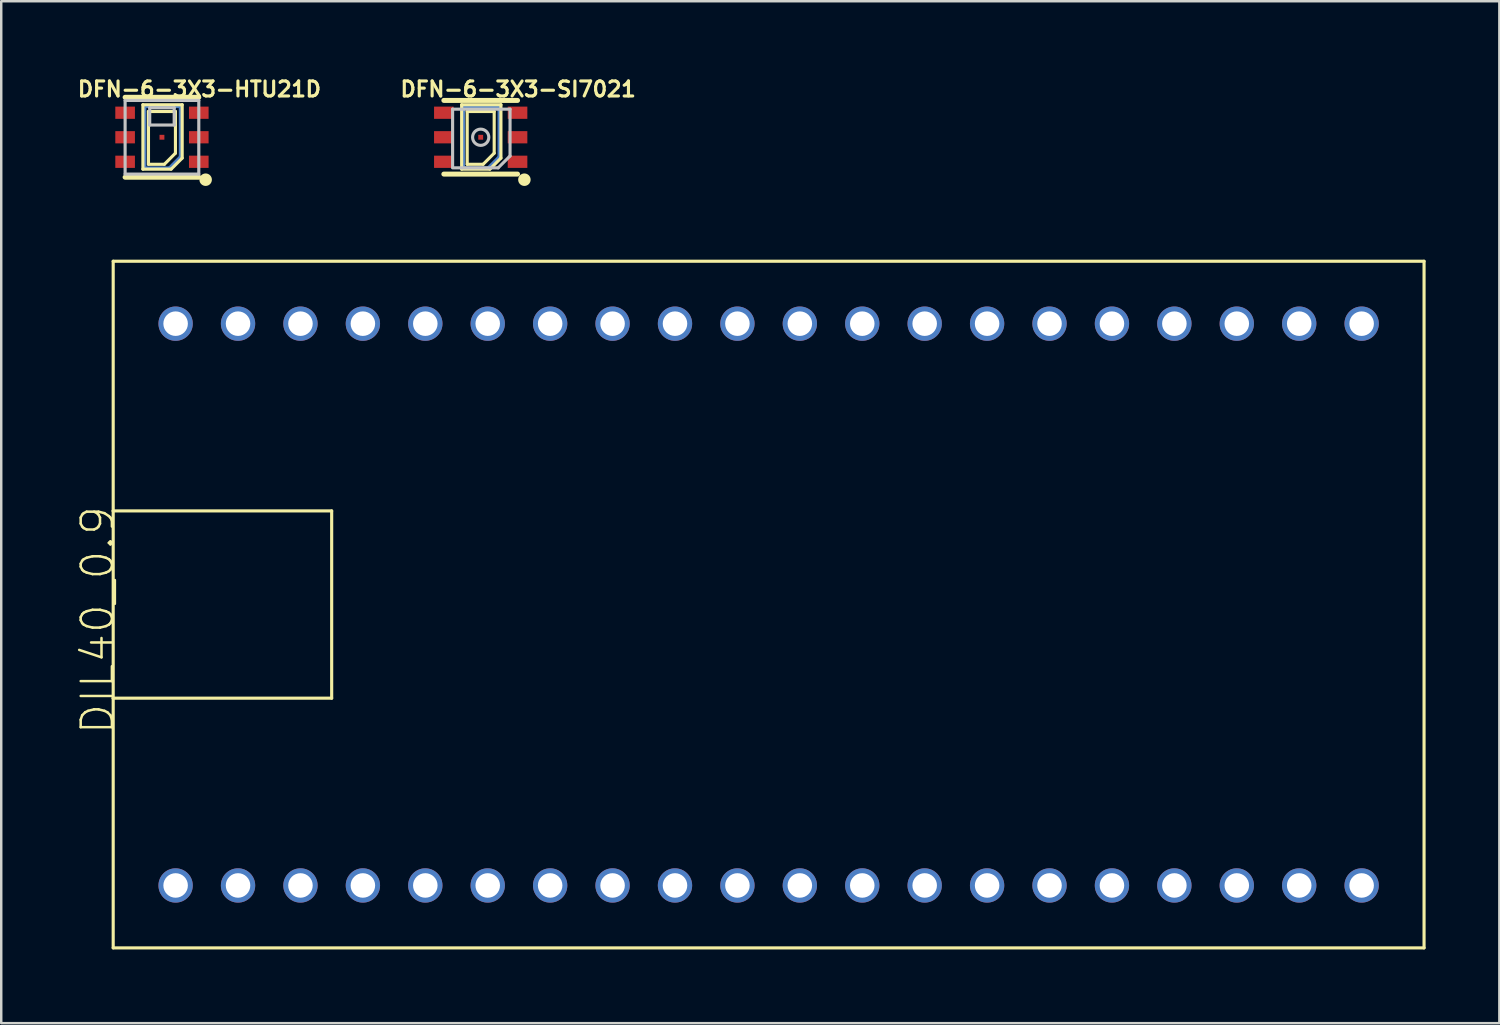
<source format=kicad_pcb>
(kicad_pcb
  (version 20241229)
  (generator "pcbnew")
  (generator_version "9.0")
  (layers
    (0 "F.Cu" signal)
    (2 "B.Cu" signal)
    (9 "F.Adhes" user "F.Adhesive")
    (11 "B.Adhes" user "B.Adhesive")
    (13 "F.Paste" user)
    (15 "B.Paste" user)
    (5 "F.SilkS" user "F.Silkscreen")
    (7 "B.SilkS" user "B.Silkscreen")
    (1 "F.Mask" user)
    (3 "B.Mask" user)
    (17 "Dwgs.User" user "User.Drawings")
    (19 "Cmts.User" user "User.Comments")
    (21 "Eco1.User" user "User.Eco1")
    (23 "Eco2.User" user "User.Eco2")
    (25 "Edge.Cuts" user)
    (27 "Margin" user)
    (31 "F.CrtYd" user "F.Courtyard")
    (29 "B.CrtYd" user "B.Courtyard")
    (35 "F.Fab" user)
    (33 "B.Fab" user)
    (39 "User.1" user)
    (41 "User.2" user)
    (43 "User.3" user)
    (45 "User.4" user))
  (footprint "DIL40_0.9"
    (layer "F.Cu")
    (at 26.956 21.55)
    (property "Reference" "DIL40_0.9" (at -26.035 0.635 90) (layer "F.SilkS") (effects (font (size 1.27 1.27) (thickness 0.102))))
    (attr exclude_from_pos_files exclude_from_bom)
    (fp_line (start -25.4 -13.97) (end 27.94 -13.97) (stroke (width 0.127) (type solid)) (layer "F.SilkS"))
    (fp_line (start -25.4 -3.81) (end -25.4 -13.97) (stroke (width 0.127) (type solid)) (layer "F.SilkS"))
    (fp_line (start -25.4 -3.81) (end -16.51 -3.81) (stroke (width 0.127) (type solid)) (layer "F.SilkS"))
    (fp_line (start -25.4 3.81) (end -25.4 -3.81) (stroke (width 0.127) (type solid)) (layer "F.SilkS"))
    (fp_line (start -25.4 13.97) (end -25.4 3.81) (stroke (width 0.127) (type solid)) (layer "F.SilkS"))
    (fp_line (start -16.51 -3.81) (end -16.51 3.81) (stroke (width 0.127) (type solid)) (layer "F.SilkS"))
    (fp_line (start -16.51 3.81) (end -25.4 3.81) (stroke (width 0.127) (type solid)) (layer "F.SilkS"))
    (fp_line (start 27.94 -13.97) (end 27.94 13.97) (stroke (width 0.127) (type solid)) (layer "F.SilkS"))
    (fp_line (start 27.94 13.97) (end -25.4 13.97) (stroke (width 0.127) (type solid)) (layer "F.SilkS"))
    (pad "1" thru_hole circle (at -22.86 11.43) (size 1.397 1.397) (drill 0.998) (layers "*.Cu" "*.Paste" "*.Mask"))
    (pad "2" thru_hole circle (at -20.32 11.43) (size 1.397 1.397) (drill 0.998) (layers "*.Cu" "*.Paste" "*.Mask"))
    (pad "3" thru_hole circle (at -17.78 11.43) (size 1.397 1.397) (drill 0.998) (layers "*.Cu" "*.Paste" "*.Mask"))
    (pad "4" thru_hole circle (at -15.24 11.43) (size 1.397 1.397) (drill 0.998) (layers "*.Cu" "*.Paste" "*.Mask"))
    (pad "5" thru_hole circle (at -12.7 11.43) (size 1.397 1.397) (drill 0.998) (layers "*.Cu" "*.Paste" "*.Mask"))
    (pad "6" thru_hole circle (at -10.16 11.43) (size 1.397 1.397) (drill 0.998) (layers "*.Cu" "*.Paste" "*.Mask"))
    (pad "7" thru_hole circle (at -7.62 11.43) (size 1.397 1.397) (drill 0.998) (layers "*.Cu" "*.Paste" "*.Mask"))
    (pad "8" thru_hole circle (at -5.08 11.43) (size 1.397 1.397) (drill 0.998) (layers "*.Cu" "*.Paste" "*.Mask"))
    (pad "9" thru_hole circle (at -2.54 11.43) (size 1.397 1.397) (drill 0.998) (layers "*.Cu" "*.Paste" "*.Mask"))
    (pad "10" thru_hole circle (at 0 11.43) (size 1.397 1.397) (drill 0.998) (layers "*.Cu" "*.Paste" "*.Mask"))
    (pad "11" thru_hole circle (at 2.54 11.43) (size 1.397 1.397) (drill 0.998) (layers "*.Cu" "*.Paste" "*.Mask"))
    (pad "12" thru_hole circle (at 5.08 11.43) (size 1.397 1.397) (drill 0.998) (layers "*.Cu" "*.Paste" "*.Mask"))
    (pad "13" thru_hole circle (at 7.62 11.43) (size 1.397 1.397) (drill 0.998) (layers "*.Cu" "*.Paste" "*.Mask"))
    (pad "14" thru_hole circle (at 10.16 11.43) (size 1.397 1.397) (drill 0.998) (layers "*.Cu" "*.Paste" "*.Mask"))
    (pad "15" thru_hole circle (at 12.7 11.43) (size 1.397 1.397) (drill 0.998) (layers "*.Cu" "*.Paste" "*.Mask"))
    (pad "16" thru_hole circle (at 15.24 11.43) (size 1.397 1.397) (drill 0.998) (layers "*.Cu" "*.Paste" "*.Mask"))
    (pad "17" thru_hole circle (at 17.78 11.43) (size 1.397 1.397) (drill 0.998) (layers "*.Cu" "*.Paste" "*.Mask"))
    (pad "18" thru_hole circle (at 20.32 11.43) (size 1.397 1.397) (drill 0.998) (layers "*.Cu" "*.Paste" "*.Mask"))
    (pad "19" thru_hole circle (at 22.86 11.43) (size 1.397 1.397) (drill 0.998) (layers "*.Cu" "*.Paste" "*.Mask"))
    (pad "20" thru_hole circle (at 25.4 11.43) (size 1.397 1.397) (drill 0.998) (layers "*.Cu" "*.Paste" "*.Mask"))
    (pad "21" thru_hole circle (at 25.4 -11.43) (size 1.397 1.397) (drill 0.998) (layers "*.Cu" "*.Paste" "*.Mask"))
    (pad "22" thru_hole circle (at 22.86 -11.43) (size 1.397 1.397) (drill 0.998) (layers "*.Cu" "*.Paste" "*.Mask"))
    (pad "23" thru_hole circle (at 20.32 -11.43) (size 1.397 1.397) (drill 0.998) (layers "*.Cu" "*.Paste" "*.Mask"))
    (pad "24" thru_hole circle (at 17.78 -11.43) (size 1.397 1.397) (drill 0.998) (layers "*.Cu" "*.Paste" "*.Mask"))
    (pad "25" thru_hole circle (at 15.24 -11.43) (size 1.397 1.397) (drill 0.998) (layers "*.Cu" "*.Paste" "*.Mask"))
    (pad "26" thru_hole circle (at 12.7 -11.43) (size 1.397 1.397) (drill 0.998) (layers "*.Cu" "*.Paste" "*.Mask"))
    (pad "27" thru_hole circle (at 10.16 -11.43) (size 1.397 1.397) (drill 0.998) (layers "*.Cu" "*.Paste" "*.Mask"))
    (pad "28" thru_hole circle (at 7.62 -11.43) (size 1.397 1.397) (drill 0.998) (layers "*.Cu" "*.Paste" "*.Mask"))
    (pad "29" thru_hole circle (at 5.08 -11.43) (size 1.397 1.397) (drill 0.998) (layers "*.Cu" "*.Paste" "*.Mask"))
    (pad "30" thru_hole circle (at 2.54 -11.43) (size 1.397 1.397) (drill 0.998) (layers "*.Cu" "*.Paste" "*.Mask"))
    (pad "31" thru_hole circle (at 0 -11.43) (size 1.397 1.397) (drill 0.998) (layers "*.Cu" "*.Paste" "*.Mask"))
    (pad "32" thru_hole circle (at -2.54 -11.43) (size 1.397 1.397) (drill 0.998) (layers "*.Cu" "*.Paste" "*.Mask"))
    (pad "33" thru_hole circle (at -5.08 -11.43) (size 1.397 1.397) (drill 0.998) (layers "*.Cu" "*.Paste" "*.Mask"))
    (pad "34" thru_hole circle (at -7.62 -11.43) (size 1.397 1.397) (drill 0.998) (layers "*.Cu" "*.Paste" "*.Mask"))
    (pad "35" thru_hole circle (at -10.16 -11.43) (size 1.397 1.397) (drill 0.998) (layers "*.Cu" "*.Paste" "*.Mask"))
    (pad "36" thru_hole circle (at -12.7 -11.43) (size 1.397 1.397) (drill 0.998) (layers "*.Cu" "*.Paste" "*.Mask"))
    (pad "37" thru_hole circle (at -15.24 -11.43) (size 1.397 1.397) (drill 0.998) (layers "*.Cu" "*.Paste" "*.Mask"))
    (pad "38" thru_hole circle (at -17.78 -11.43) (size 1.397 1.397) (drill 0.998) (layers "*.Cu" "*.Paste" "*.Mask"))
    (pad "39" thru_hole circle (at -20.32 -11.43) (size 1.397 1.397) (drill 0.998) (layers "*.Cu" "*.Paste" "*.Mask"))
    (pad "40" thru_hole circle (at -22.86 -11.43) (size 1.397 1.397) (drill 0.998) (layers "*.Cu" "*.Paste" "*.Mask")))
  (footprint "DFN-6-3X3-SI7021"
    (layer "F.Cu")
    (at 16.51 2.535)
    (property "Reference" "DFN-6-3X3-SI7021" (at 1.524 -1.956 0) (layer "F.SilkS") (effects (font (size 0.61 0.61) (thickness 0.127))))
    (attr smd)
    (fp_line (start -0.699 -1.25) (end 0.749 -1.25) (stroke (width 0.127) (type solid)) (layer "B.Cu"))
    (fp_line (start -0.699 1.25) (end -0.699 -1.25) (stroke (width 0.127) (type solid)) (layer "B.Cu"))
    (fp_line (start 0.3 1.25) (end -0.699 1.25) (stroke (width 0.127) (type solid)) (layer "B.Cu"))
    (fp_line (start 0.749 -1.25) (end 0.749 0.798) (stroke (width 0.127) (type solid)) (layer "B.Cu"))
    (fp_line (start 0.749 0.798) (end 0.3 1.25) (stroke (width 0.127) (type solid)) (layer "B.Cu"))
    (fp_line (start -1.499 -1.499) (end 1.499 -1.499) (stroke (width 0.203) (type solid)) (layer "F.SilkS"))
    (fp_line (start -1.499 1.499) (end 1.499 1.499) (stroke (width 0.203) (type solid)) (layer "F.SilkS"))
    (fp_line (start -0.775 -1.323) (end -0.775 1.298) (stroke (width 0.127) (type solid)) (layer "F.SilkS"))
    (fp_line (start -0.775 1.298) (end 0.373 1.298) (stroke (width 0.127) (type solid)) (layer "F.SilkS"))
    (fp_line (start -0.549 -1.049) (end 0.549 -1.049) (stroke (width 0.127) (type solid)) (layer "F.SilkS"))
    (fp_line (start -0.549 1.1) (end -0.549 -1.049) (stroke (width 0.127) (type solid)) (layer "F.SilkS"))
    (fp_line (start 0.099 1.1) (end -0.549 1.1) (stroke (width 0.127) (type solid)) (layer "F.SilkS"))
    (fp_line (start 0.373 1.298) (end 0.823 0.848) (stroke (width 0.127) (type solid)) (layer "F.SilkS"))
    (fp_line (start 0.549 -1.049) (end 0.549 0.648) (stroke (width 0.127) (type solid)) (layer "F.SilkS"))
    (fp_line (start 0.549 0.648) (end 0.099 1.1) (stroke (width 0.127) (type solid)) (layer "F.SilkS"))
    (fp_line (start 0.823 -1.323) (end -0.775 -1.323) (stroke (width 0.127) (type solid)) (layer "F.SilkS"))
    (fp_line (start 0.823 0.848) (end 0.823 -1.323) (stroke (width 0.127) (type solid)) (layer "F.SilkS"))
    (fp_circle (center 1.778 1.727) (end 1.778 1.473) (stroke (width 0) (type solid)) (fill yes) (layer "F.SilkS"))
    (fp_line (start -1.143 -1.143) (end 1.194 -1.143) (stroke (width 0.127) (type solid)) (layer "Dwgs.User"))
    (fp_line (start -1.143 1.219) (end -1.143 -1.143) (stroke (width 0.127) (type solid)) (layer "Dwgs.User"))
    (fp_line (start 0.711 1.245) (end -1.143 1.245) (stroke (width 0.127) (type solid)) (layer "Dwgs.User"))
    (fp_line (start 1.194 -1.143) (end 1.194 0.762) (stroke (width 0.127) (type solid)) (layer "Dwgs.User"))
    (fp_line (start 1.194 0.762) (end 0.711 1.245) (stroke (width 0.127) (type solid)) (layer "Dwgs.User"))
    (fp_circle (center 0 0) (end 0 -0.33) (stroke (width 0.127) (type solid)) (fill no) (layer "Dwgs.User"))
    (pad "7" smd rect (at 0 0) (size 0.198 0.198) (layers "F.Cu" "F.Mask" "F.Paste"))
    (pad "DATA" smd rect (at 1.499 0.998 270) (size 0.498 0.798) (layers "F.Cu" "F.Mask" "F.Paste"))
    (pad "GND" smd rect (at 1.499 0 270) (size 0.498 0.798) (layers "F.Cu" "F.Mask" "F.Paste"))
    (pad "NC@3" smd rect (at 1.499 -0.998 270) (size 0.498 0.798) (layers "F.Cu" "F.Mask" "F.Paste"))
    (pad "NC@4" smd rect (at -1.499 -0.998 270) (size 0.498 0.798) (layers "F.Cu" "F.Mask" "F.Paste"))
    (pad "SCK" smd rect (at -1.499 0.998 270) (size 0.498 0.798) (layers "F.Cu" "F.Mask" "F.Paste"))
    (pad "VDD" smd rect (at -1.499 0 270) (size 0.498 0.798) (layers "F.Cu" "F.Mask" "F.Paste")))
  (footprint "DFN-6-3X3-HTU21D"
    (layer "F.Cu")
    (at 3.54 2.535)
    (property "Reference" "DFN-6-3X3-HTU21D" (at 1.524 -1.956 0) (layer "F.SilkS") (effects (font (size 0.61 0.61) (thickness 0.127))))
    (attr smd)
    (fp_line (start -0.699 -1.25) (end 0.749 -1.25) (stroke (width 0.127) (type solid)) (layer "B.Cu"))
    (fp_line (start -0.699 1.25) (end -0.699 -1.25) (stroke (width 0.127) (type solid)) (layer "B.Cu"))
    (fp_line (start 0.3 1.25) (end -0.699 1.25) (stroke (width 0.127) (type solid)) (layer "B.Cu"))
    (fp_line (start 0.749 -1.25) (end 0.749 0.798) (stroke (width 0.127) (type solid)) (layer "B.Cu"))
    (fp_line (start 0.749 0.798) (end 0.3 1.25) (stroke (width 0.127) (type solid)) (layer "B.Cu"))
    (fp_line (start -1.499 -1.626) (end 1.499 -1.626) (stroke (width 0.203) (type solid)) (layer "F.SilkS"))
    (fp_line (start -0.775 -1.323) (end -0.775 1.298) (stroke (width 0.127) (type solid)) (layer "F.SilkS"))
    (fp_line (start -0.775 1.298) (end 0.373 1.298) (stroke (width 0.127) (type solid)) (layer "F.SilkS"))
    (fp_line (start -0.549 -1.049) (end 0.549 -1.049) (stroke (width 0.127) (type solid)) (layer "F.SilkS"))
    (fp_line (start -0.549 1.1) (end -0.549 -1.049) (stroke (width 0.127) (type solid)) (layer "F.SilkS"))
    (fp_line (start 0.099 1.1) (end -0.549 1.1) (stroke (width 0.127) (type solid)) (layer "F.SilkS"))
    (fp_line (start 0.373 1.298) (end 0.823 0.848) (stroke (width 0.127) (type solid)) (layer "F.SilkS"))
    (fp_line (start 0.549 -1.049) (end 0.549 0.648) (stroke (width 0.127) (type solid)) (layer "F.SilkS"))
    (fp_line (start 0.549 0.648) (end 0.099 1.1) (stroke (width 0.127) (type solid)) (layer "F.SilkS"))
    (fp_line (start 0.823 -1.323) (end -0.775 -1.323) (stroke (width 0.127) (type solid)) (layer "F.SilkS"))
    (fp_line (start 0.823 0.848) (end 0.823 -1.323) (stroke (width 0.127) (type solid)) (layer "F.SilkS"))
    (fp_line (start 1.499 1.626) (end -1.499 1.626) (stroke (width 0.203) (type solid)) (layer "F.SilkS"))
    (fp_circle (center 1.778 1.727) (end 1.778 1.473) (stroke (width 0) (type solid)) (fill yes) (layer "F.SilkS"))
    (fp_line (start -1.499 -1.499) (end -1.499 1.499) (stroke (width 0.127) (type solid)) (layer "Dwgs.User"))
    (fp_line (start -0.498 -1.199) (end 0.498 -1.199) (stroke (width 0.127) (type solid)) (layer "Dwgs.User"))
    (fp_line (start -0.498 -0.498) (end -0.498 -1.199) (stroke (width 0.127) (type solid)) (layer "Dwgs.User"))
    (fp_line (start 0.498 -1.199) (end 0.498 -0.498) (stroke (width 0.127) (type solid)) (layer "Dwgs.User"))
    (fp_line (start 0.498 -0.498) (end -0.498 -0.498) (stroke (width 0.127) (type solid)) (layer "Dwgs.User"))
    (fp_line (start 1.499 -1.499) (end -1.499 -1.499) (stroke (width 0.127) (type solid)) (layer "Dwgs.User"))
    (fp_line (start 1.499 -1.499) (end 1.499 1.499) (stroke (width 0.127) (type solid)) (layer "Dwgs.User"))
    (fp_line (start 1.499 1.499) (end -1.499 1.499) (stroke (width 0.127) (type solid)) (layer "Dwgs.User"))
    (pad "7" smd rect (at 0 0) (size 0.198 0.198) (layers "F.Cu" "F.Mask" "F.Paste"))
    (pad "DATA" smd rect (at 1.499 0.998 270) (size 0.498 0.798) (layers "F.Cu" "F.Mask" "F.Paste"))
    (pad "GND" smd rect (at 1.499 0 270) (size 0.498 0.798) (layers "F.Cu" "F.Mask" "F.Paste"))
    (pad "NC@1" smd rect (at -1.499 -0.998 270) (size 0.498 0.798) (layers "F.Cu" "F.Mask" "F.Paste"))
    (pad "NC@6" smd rect (at 1.499 -0.998 270) (size 0.498 0.798) (layers "F.Cu" "F.Mask" "F.Paste"))
    (pad "SCK" smd rect (at -1.499 0.998 270) (size 0.498 0.798) (layers "F.Cu" "F.Mask" "F.Paste"))
    (pad "VDD" smd rect (at -1.499 0 270) (size 0.498 0.798) (layers "F.Cu" "F.Mask" "F.Paste")))
  (gr_rect
    (start -3 -3)
    (end 57.96 38.584)
    (stroke (width 0.1) (type default))
    (fill no)
    (layer "Edge.Cuts")))
</source>
